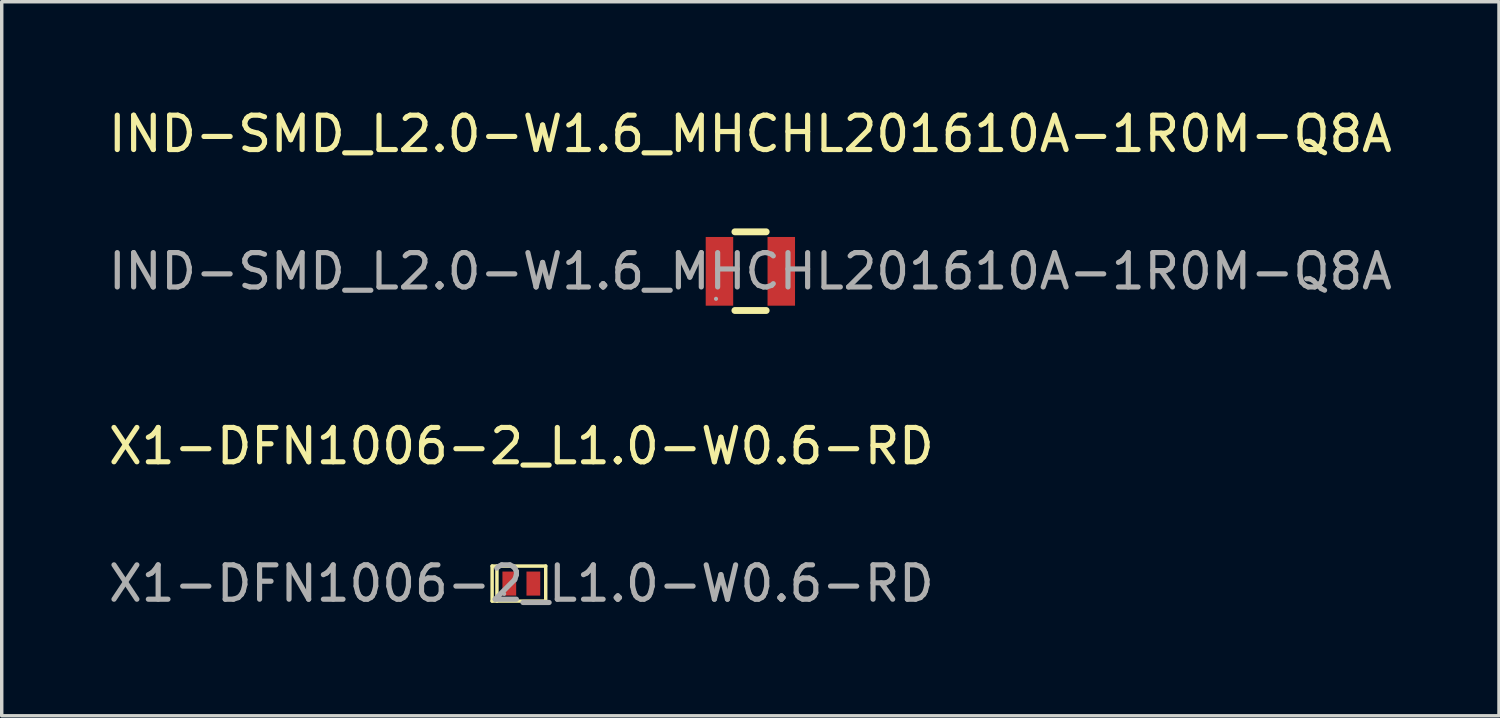
<source format=kicad_pcb>
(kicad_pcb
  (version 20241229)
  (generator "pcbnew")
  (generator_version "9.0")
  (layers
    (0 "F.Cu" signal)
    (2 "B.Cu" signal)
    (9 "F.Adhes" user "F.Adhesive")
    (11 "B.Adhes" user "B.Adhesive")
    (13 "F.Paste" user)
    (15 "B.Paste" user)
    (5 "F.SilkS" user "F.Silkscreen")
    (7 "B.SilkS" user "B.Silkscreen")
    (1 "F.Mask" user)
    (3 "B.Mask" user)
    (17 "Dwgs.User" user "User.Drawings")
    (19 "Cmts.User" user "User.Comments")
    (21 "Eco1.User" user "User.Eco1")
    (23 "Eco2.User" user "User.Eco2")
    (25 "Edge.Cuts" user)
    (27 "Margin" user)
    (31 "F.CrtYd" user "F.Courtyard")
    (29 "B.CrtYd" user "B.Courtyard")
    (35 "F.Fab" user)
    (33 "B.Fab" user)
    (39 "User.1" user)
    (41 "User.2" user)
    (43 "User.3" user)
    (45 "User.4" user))
  (footprint "X1-DFN1006-2_L1.0-W0.6-RD"
    (layer "F.Cu")
    (at 12.125 13.937)
    (property "Reference" "X1-DFN1006-2_L1.0-W0.6-RD" (at 0 -4 0) (layer "F.SilkS") (effects (font (size 1 1) (thickness 0.15))))
    (attr smd)
    (fp_line (start -0.85 -0.51) (end -0.85 0.51) (stroke (width 0.1) (type solid)) (layer "F.SilkS"))
    (fp_line (start -0.85 -0.51) (end 0.71 -0.51) (stroke (width 0.1) (type solid)) (layer "F.SilkS"))
    (fp_line (start -0.85 0.51) (end 0.71 0.51) (stroke (width 0.1) (type solid)) (layer "F.SilkS"))
    (fp_line (start -0.71 -0.51) (end -0.71 0.51) (stroke (width 0.1) (type solid)) (layer "F.SilkS"))
    (fp_line (start 0.71 -0.51) (end 0.71 0.51) (stroke (width 0.1) (type solid)) (layer "F.SilkS"))
    (fp_circle (center -0.5 0.3) (end -0.47 0.3) (stroke (width 0.06) (type solid)) (fill no) (layer "F.Fab"))
    (fp_text user "${REFERENCE}" (at 0 0 0) (layer "F.Fab") (effects (font (size 1 1) (thickness 0.15))))
    (pad "1" smd rect (at -0.35 0) (size 0.4 0.7) (layers "F.Cu" "F.Mask" "F.Paste"))
    (pad "2" smd rect (at 0.35 0) (size 0.4 0.7) (layers "F.Cu" "F.Mask" "F.Paste")))
  (footprint "IND-SMD_L2.0-W1.6_MHCHL201610A-1R0M-Q8A"
    (layer "F.Cu")
    (at 18.792 4.848)
    (property "Reference" "IND-SMD_L2.0-W1.6_MHCHL201610A-1R0M-Q8A" (at 0 -4 0) (layer "F.SilkS") (effects (font (size 1 1) (thickness 0.15))))
    (attr smd)
    (fp_line (start -0.45 -1.15) (end 0.46 -1.15) (stroke (width 0.2) (type solid)) (layer "F.SilkS"))
    (fp_line (start -0.45 1.14) (end 0.46 1.14) (stroke (width 0.2) (type solid)) (layer "F.SilkS"))
    (fp_circle (center -1 0.8) (end -0.97 0.8) (stroke (width 0.06) (type solid)) (fill no) (layer "F.Fab"))
    (fp_text user "${REFERENCE}" (at 0 0 0) (layer "F.Fab") (effects (font (size 1 1) (thickness 0.15))))
    (pad "1" smd rect (at -0.9 0) (size 0.8 2) (layers "F.Cu" "F.Mask" "F.Paste"))
    (pad "2" smd rect (at 0.9 0) (size 0.8 2) (layers "F.Cu" "F.Mask" "F.Paste")))
  (gr_rect
    (start -3 -3)
    (end 40.583 17.785)
    (stroke (width 0.1) (type default))
    (fill no)
    (layer "Edge.Cuts")))
</source>
